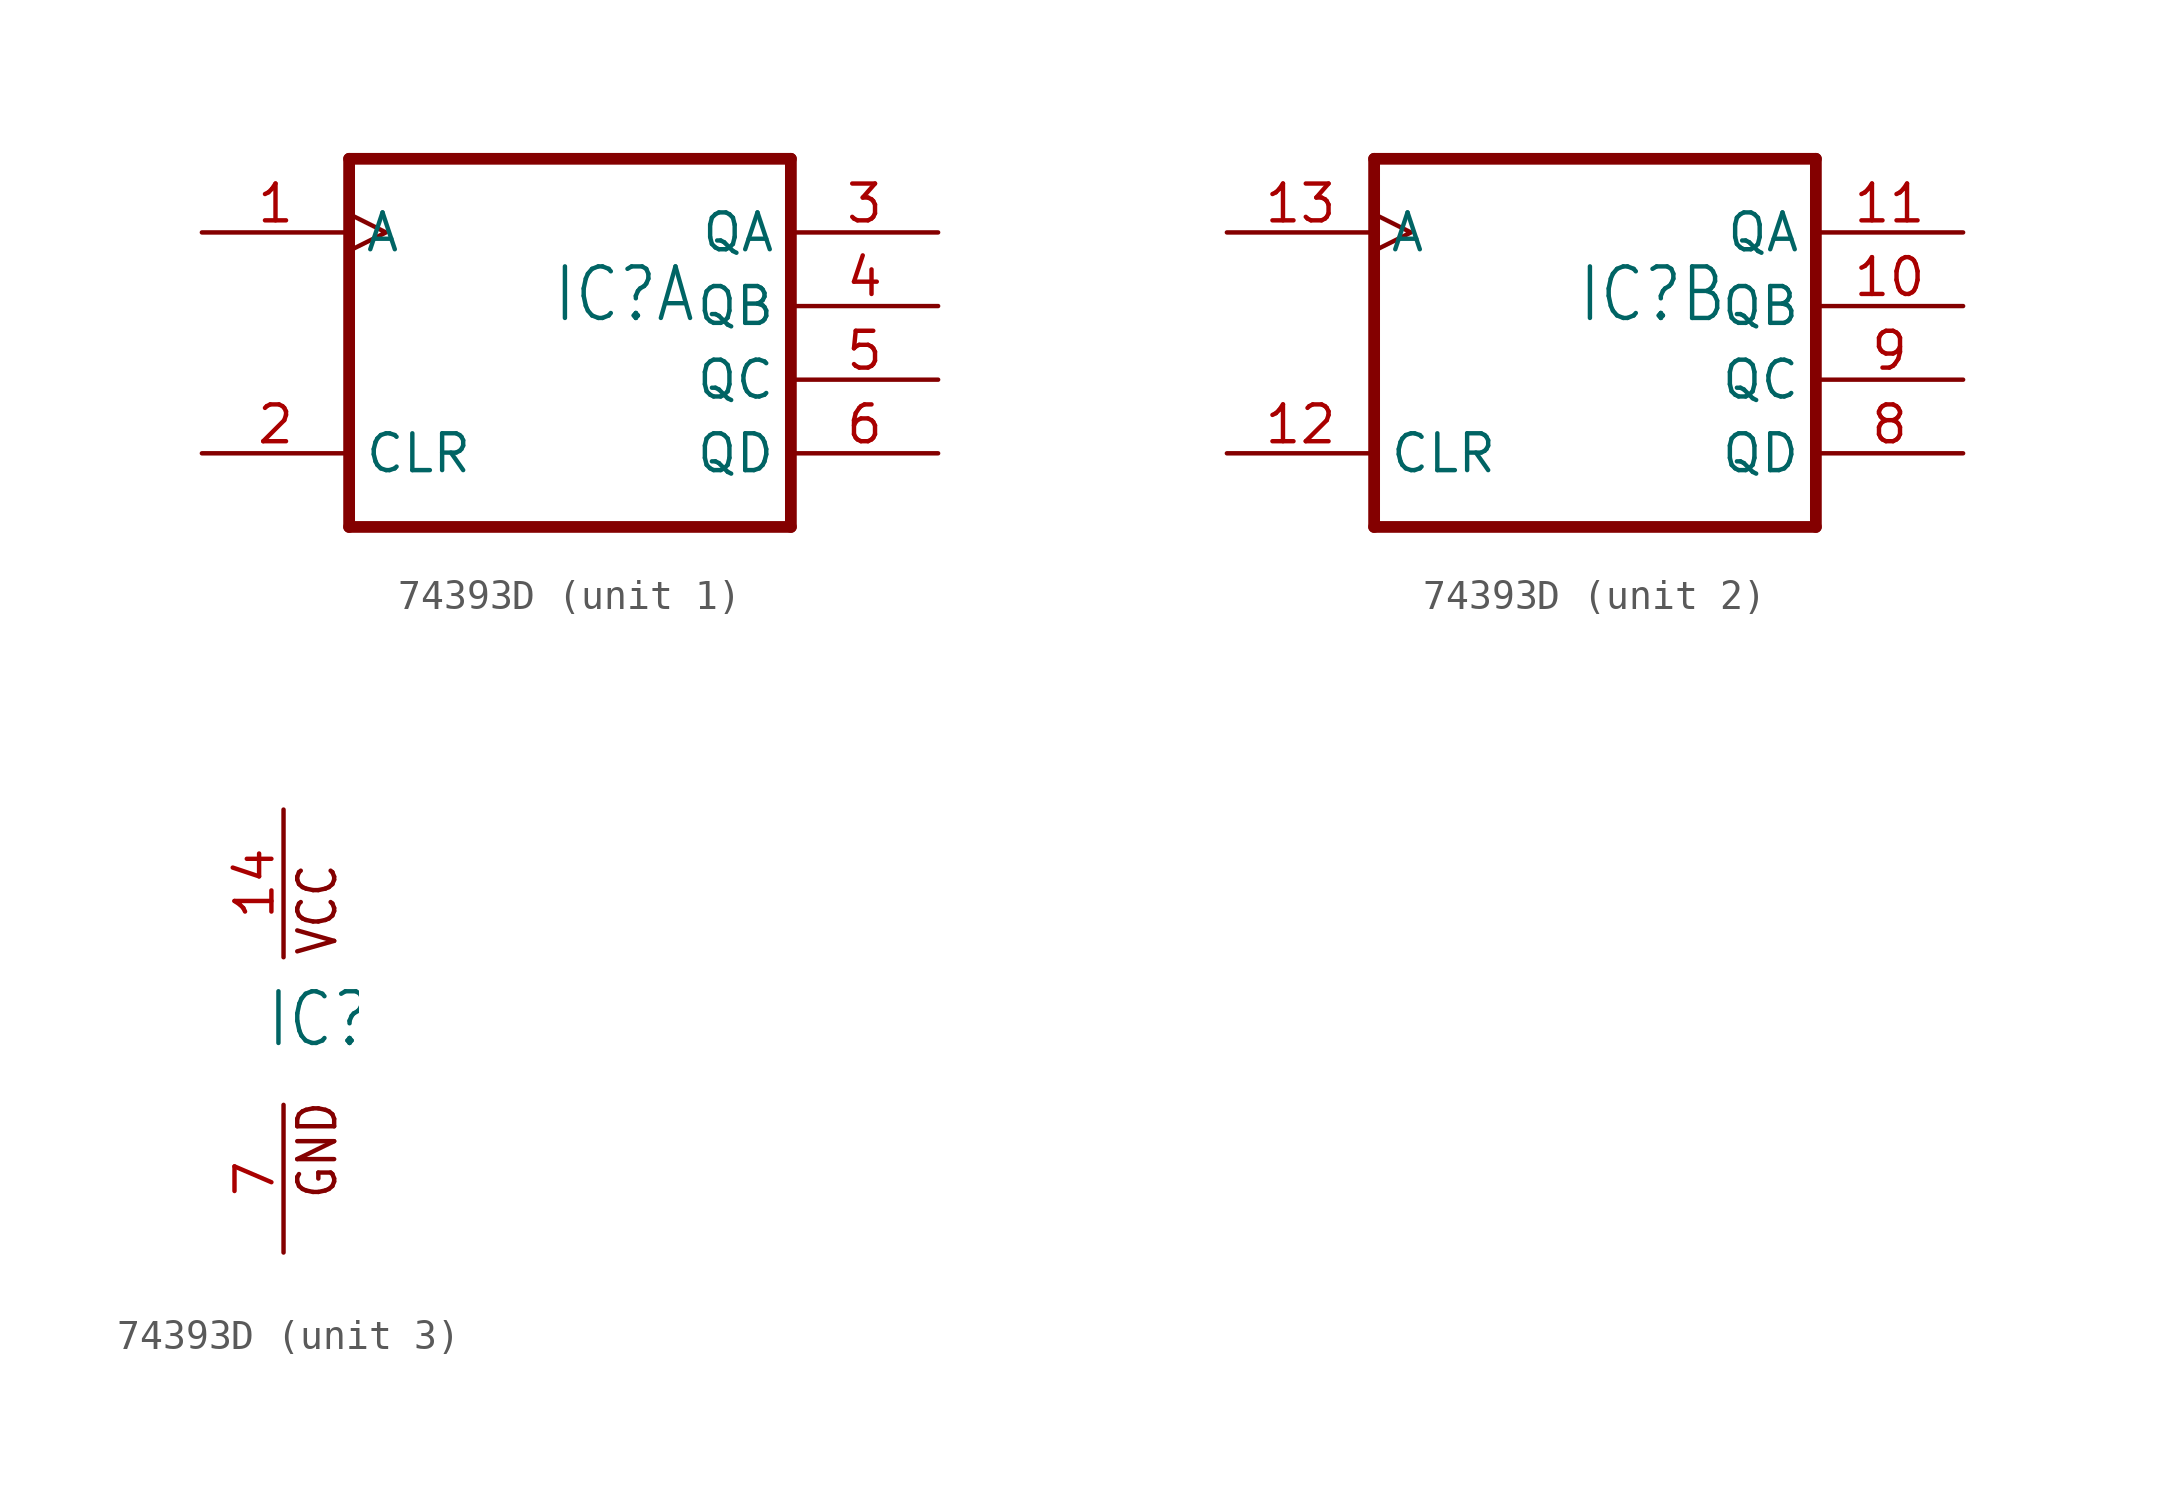
<source format=kicad_sym>
(kicad_symbol_lib
  (version 20211014)
  (generator kicad_symbol_editor)
  (symbol "74393D"
    (property "Reference" "IC"
      (at -0.635 -0.635 0)
      (effects (font (size 1.778 1.511)) (justify left bottom)))
    (property "ki_locked" ""
      (at 0 0 0)
      (effects (font (size 1.27 1.27))))
    (symbol "74393D_1_0"
      (polyline (pts (xy -7.62 -7.62) (xy 7.62 -7.62)) (stroke (width 0.406) (type default) (color 0 0 0 0)) (fill (type none)))
      (polyline (pts (xy -7.62 5.08) (xy -7.62 -7.62)) (stroke (width 0.406) (type default) (color 0 0 0 0)) (fill (type none)))
      (polyline (pts (xy 7.62 -7.62) (xy 7.62 5.08)) (stroke (width 0.406) (type default) (color 0 0 0 0)) (fill (type none)))
      (polyline (pts (xy 7.62 5.08) (xy -7.62 5.08)) (stroke (width 0.406) (type default) (color 0 0 0 0)) (fill (type none)))
      (pin input clock (at -12.7 2.54 0) (length 5.08) (name "A" (effects (font (size 1.27 1.27)))) (number "1" (effects (font (size 1.27 1.27)))))
      (pin input line (at -12.7 -5.08 0) (length 5.08) (name "CLR" (effects (font (size 1.27 1.27)))) (number "2" (effects (font (size 1.27 1.27)))))
      (pin output line (at 12.7 2.54 180) (length 5.08) (name "QA" (effects (font (size 1.27 1.27)))) (number "3" (effects (font (size 1.27 1.27)))))
      (pin output line (at 12.7 0 180) (length 5.08) (name "QB" (effects (font (size 1.27 1.27)))) (number "4" (effects (font (size 1.27 1.27)))))
      (pin output line (at 12.7 -2.54 180) (length 5.08) (name "QC" (effects (font (size 1.27 1.27)))) (number "5" (effects (font (size 1.27 1.27)))))
      (pin output line (at 12.7 -5.08 180) (length 5.08) (name "QD" (effects (font (size 1.27 1.27)))) (number "6" (effects (font (size 1.27 1.27))))))
    (symbol "74393D_2_0"
      (polyline (pts (xy -7.62 -7.62) (xy 7.62 -7.62)) (stroke (width 0.406) (type default) (color 0 0 0 0)) (fill (type none)))
      (polyline (pts (xy -7.62 5.08) (xy -7.62 -7.62)) (stroke (width 0.406) (type default) (color 0 0 0 0)) (fill (type none)))
      (polyline (pts (xy 7.62 -7.62) (xy 7.62 5.08)) (stroke (width 0.406) (type default) (color 0 0 0 0)) (fill (type none)))
      (polyline (pts (xy 7.62 5.08) (xy -7.62 5.08)) (stroke (width 0.406) (type default) (color 0 0 0 0)) (fill (type none)))
      (pin output line (at 12.7 0 180) (length 5.08) (name "QB" (effects (font (size 1.27 1.27)))) (number "10" (effects (font (size 1.27 1.27)))))
      (pin output line (at 12.7 2.54 180) (length 5.08) (name "QA" (effects (font (size 1.27 1.27)))) (number "11" (effects (font (size 1.27 1.27)))))
      (pin input line (at -12.7 -5.08 0) (length 5.08) (name "CLR" (effects (font (size 1.27 1.27)))) (number "12" (effects (font (size 1.27 1.27)))))
      (pin input clock (at -12.7 2.54 0) (length 5.08) (name "A" (effects (font (size 1.27 1.27)))) (number "13" (effects (font (size 1.27 1.27)))))
      (pin output line (at 12.7 -5.08 180) (length 5.08) (name "QD" (effects (font (size 1.27 1.27)))) (number "8" (effects (font (size 1.27 1.27)))))
      (pin output line (at 12.7 -2.54 180) (length 5.08) (name "QC" (effects (font (size 1.27 1.27)))) (number "9" (effects (font (size 1.27 1.27))))))
    (symbol "74393D_3_0"
      (text "GND" (at 1.905 -5.842 900) (effects (font (size 1.27 1.079)) (justify left bottom)))
      (text "VCC" (at 1.905 2.54 900) (effects (font (size 1.27 1.079)) (justify left bottom)))
      (pin power_in line (at 0 7.62 270) (length 5.08) (name "VCC" (effects (font (size 0 0)))) (number "14" (effects (font (size 1.27 1.27)))))
      (pin power_in line (at 0 -7.62 90) (length 5.08) (name "GND" (effects (font (size 0 0)))) (number "7" (effects (font (size 1.27 1.27))))))))
</source>
